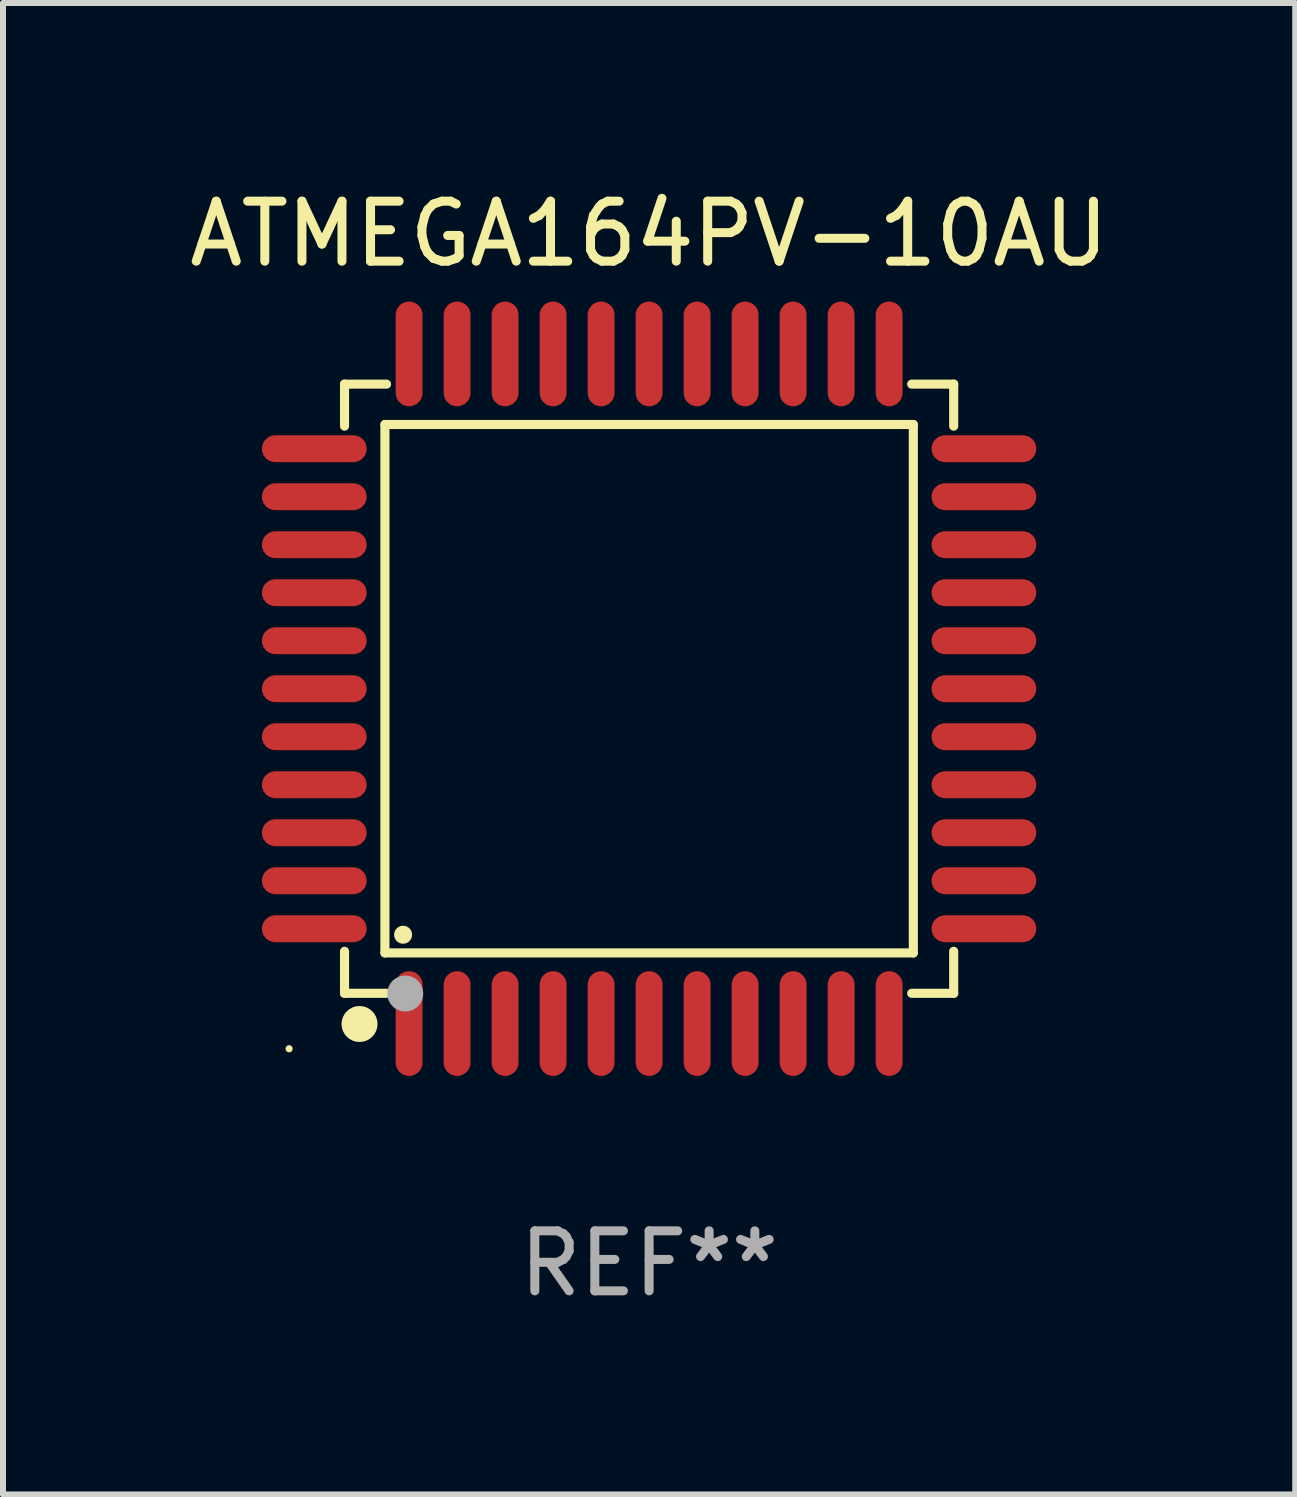
<source format=kicad_pcb>
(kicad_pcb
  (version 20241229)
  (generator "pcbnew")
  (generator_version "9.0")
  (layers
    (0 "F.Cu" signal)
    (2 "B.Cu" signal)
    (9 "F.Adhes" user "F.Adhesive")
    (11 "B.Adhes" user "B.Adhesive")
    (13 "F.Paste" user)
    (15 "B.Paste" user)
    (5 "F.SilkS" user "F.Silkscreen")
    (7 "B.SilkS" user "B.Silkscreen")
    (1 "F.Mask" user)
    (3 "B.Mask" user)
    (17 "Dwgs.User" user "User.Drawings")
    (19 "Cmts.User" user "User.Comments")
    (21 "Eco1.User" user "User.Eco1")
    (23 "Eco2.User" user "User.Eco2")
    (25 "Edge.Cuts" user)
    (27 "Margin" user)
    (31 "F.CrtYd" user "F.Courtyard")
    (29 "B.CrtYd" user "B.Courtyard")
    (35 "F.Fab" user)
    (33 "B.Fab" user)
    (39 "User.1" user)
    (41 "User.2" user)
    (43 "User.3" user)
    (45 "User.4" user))
  (footprint "ATMEGA164PV-10AU"
    (layer "F.Cu")
    (at 7.768 8.428)
    (property "Reference" "ATMEGA164PV-10AU" (at 0 -7.58 0) (layer "F.SilkS") (effects (font (size 1 1) (thickness 0.15))))
    (attr through_hole)
    (fp_line (start -5.076 -5.076) (end -5.076 -4.376) (stroke (width 0.152) (type solid)) (layer "F.SilkS"))
    (fp_line (start -5.076 5.076) (end -5.076 4.376) (stroke (width 0.152) (type solid)) (layer "F.SilkS"))
    (fp_line (start -4.403 -4.403) (end 4.403 -4.403) (stroke (width 0.152) (type solid)) (layer "F.SilkS"))
    (fp_line (start -4.403 4.403) (end -4.403 -4.403) (stroke (width 0.152) (type solid)) (layer "F.SilkS"))
    (fp_line (start -4.376 -5.076) (end -5.076 -5.076) (stroke (width 0.152) (type solid)) (layer "F.SilkS"))
    (fp_line (start -4.376 5.076) (end -5.076 5.076) (stroke (width 0.152) (type solid)) (layer "F.SilkS"))
    (fp_line (start 4.376 -5.076) (end 5.076 -5.076) (stroke (width 0.152) (type solid)) (layer "F.SilkS"))
    (fp_line (start 4.376 5.076) (end 5.076 5.076) (stroke (width 0.152) (type solid)) (layer "F.SilkS"))
    (fp_line (start 4.403 -4.403) (end 4.403 4.403) (stroke (width 0.152) (type solid)) (layer "F.SilkS"))
    (fp_line (start 4.403 4.403) (end -4.403 4.403) (stroke (width 0.152) (type solid)) (layer "F.SilkS"))
    (fp_line (start 5.076 -5.076) (end 5.076 -4.376) (stroke (width 0.152) (type solid)) (layer "F.SilkS"))
    (fp_line (start 5.076 5.076) (end 5.076 4.376) (stroke (width 0.152) (type solid)) (layer "F.SilkS"))
    (fp_circle (center -6 6) (end -5.97 6) (stroke (width 0.06) (type solid)) (fill no) (layer "F.SilkS"))
    (fp_circle (center -4.826 5.588) (end -4.676 5.588) (stroke (width 0.3) (type solid)) (fill no) (layer "F.SilkS"))
    (fp_circle (center -4.1 4.1) (end -4.025 4.1) (stroke (width 0.15) (type solid)) (fill no) (layer "F.SilkS"))
    (fp_circle (center -4.064 5.08) (end -3.914 5.08) (stroke (width 0.3) (type solid)) (fill no) (layer "F.Fab"))
    (fp_text user "REF**" (at 0 9.58 0) (layer "F.Fab") (effects (font (size 1 1) (thickness 0.15))))
    (pad "1" smd oval (at -4 5.58) (size 0.448 1.745) (layers "F.Cu" "F.Mask" "F.Paste"))
    (pad "2" smd oval (at -3.2 5.58) (size 0.448 1.745) (layers "F.Cu" "F.Mask" "F.Paste"))
    (pad "3" smd oval (at -2.4 5.58) (size 0.448 1.745) (layers "F.Cu" "F.Mask" "F.Paste"))
    (pad "4" smd oval (at -1.6 5.58) (size 0.448 1.745) (layers "F.Cu" "F.Mask" "F.Paste"))
    (pad "5" smd oval (at -0.8 5.58) (size 0.448 1.745) (layers "F.Cu" "F.Mask" "F.Paste"))
    (pad "6" smd oval (at 0 5.58) (size 0.448 1.745) (layers "F.Cu" "F.Mask" "F.Paste"))
    (pad "7" smd oval (at 0.8 5.58) (size 0.448 1.745) (layers "F.Cu" "F.Mask" "F.Paste"))
    (pad "8" smd oval (at 1.6 5.58) (size 0.448 1.745) (layers "F.Cu" "F.Mask" "F.Paste"))
    (pad "9" smd oval (at 2.4 5.58) (size 0.448 1.745) (layers "F.Cu" "F.Mask" "F.Paste"))
    (pad "10" smd oval (at 3.2 5.58) (size 0.448 1.745) (layers "F.Cu" "F.Mask" "F.Paste"))
    (pad "11" smd oval (at 4 5.58) (size 0.448 1.745) (layers "F.Cu" "F.Mask" "F.Paste"))
    (pad "12" smd oval (at 5.58 4) (size 1.745 0.448) (layers "F.Cu" "F.Mask" "F.Paste"))
    (pad "13" smd oval (at 5.58 3.2) (size 1.745 0.448) (layers "F.Cu" "F.Mask" "F.Paste"))
    (pad "14" smd oval (at 5.58 2.4) (size 1.745 0.448) (layers "F.Cu" "F.Mask" "F.Paste"))
    (pad "15" smd oval (at 5.58 1.6) (size 1.745 0.448) (layers "F.Cu" "F.Mask" "F.Paste"))
    (pad "16" smd oval (at 5.58 0.8) (size 1.745 0.448) (layers "F.Cu" "F.Mask" "F.Paste"))
    (pad "17" smd oval (at 5.58 0) (size 1.745 0.448) (layers "F.Cu" "F.Mask" "F.Paste"))
    (pad "18" smd oval (at 5.58 -0.8) (size 1.745 0.448) (layers "F.Cu" "F.Mask" "F.Paste"))
    (pad "19" smd oval (at 5.58 -1.6) (size 1.745 0.448) (layers "F.Cu" "F.Mask" "F.Paste"))
    (pad "20" smd oval (at 5.58 -2.4) (size 1.745 0.448) (layers "F.Cu" "F.Mask" "F.Paste"))
    (pad "21" smd oval (at 5.58 -3.2) (size 1.745 0.448) (layers "F.Cu" "F.Mask" "F.Paste"))
    (pad "22" smd oval (at 5.58 -4) (size 1.745 0.448) (layers "F.Cu" "F.Mask" "F.Paste"))
    (pad "23" smd oval (at 4 -5.58) (size 0.448 1.745) (layers "F.Cu" "F.Mask" "F.Paste"))
    (pad "24" smd oval (at 3.2 -5.58) (size 0.448 1.745) (layers "F.Cu" "F.Mask" "F.Paste"))
    (pad "25" smd oval (at 2.4 -5.58) (size 0.448 1.745) (layers "F.Cu" "F.Mask" "F.Paste"))
    (pad "26" smd oval (at 1.6 -5.58) (size 0.448 1.745) (layers "F.Cu" "F.Mask" "F.Paste"))
    (pad "27" smd oval (at 0.8 -5.58) (size 0.448 1.745) (layers "F.Cu" "F.Mask" "F.Paste"))
    (pad "28" smd oval (at 0 -5.58) (size 0.448 1.745) (layers "F.Cu" "F.Mask" "F.Paste"))
    (pad "29" smd oval (at -0.8 -5.58) (size 0.448 1.745) (layers "F.Cu" "F.Mask" "F.Paste"))
    (pad "30" smd oval (at -1.6 -5.58) (size 0.448 1.745) (layers "F.Cu" "F.Mask" "F.Paste"))
    (pad "31" smd oval (at -2.4 -5.58) (size 0.448 1.745) (layers "F.Cu" "F.Mask" "F.Paste"))
    (pad "32" smd oval (at -3.2 -5.58) (size 0.448 1.745) (layers "F.Cu" "F.Mask" "F.Paste"))
    (pad "33" smd oval (at -4 -5.58) (size 0.448 1.745) (layers "F.Cu" "F.Mask" "F.Paste"))
    (pad "34" smd oval (at -5.58 -4) (size 1.745 0.448) (layers "F.Cu" "F.Mask" "F.Paste"))
    (pad "35" smd oval (at -5.58 -3.2) (size 1.745 0.448) (layers "F.Cu" "F.Mask" "F.Paste"))
    (pad "36" smd oval (at -5.58 -2.4) (size 1.745 0.448) (layers "F.Cu" "F.Mask" "F.Paste"))
    (pad "37" smd oval (at -5.58 -1.6) (size 1.745 0.448) (layers "F.Cu" "F.Mask" "F.Paste"))
    (pad "38" smd oval (at -5.58 -0.8) (size 1.745 0.448) (layers "F.Cu" "F.Mask" "F.Paste"))
    (pad "39" smd oval (at -5.58 0) (size 1.745 0.448) (layers "F.Cu" "F.Mask" "F.Paste"))
    (pad "40" smd oval (at -5.58 0.8) (size 1.745 0.448) (layers "F.Cu" "F.Mask" "F.Paste"))
    (pad "41" smd oval (at -5.58 1.6) (size 1.745 0.448) (layers "F.Cu" "F.Mask" "F.Paste"))
    (pad "42" smd oval (at -5.58 2.4) (size 1.745 0.448) (layers "F.Cu" "F.Mask" "F.Paste"))
    (pad "43" smd oval (at -5.58 3.2) (size 1.745 0.448) (layers "F.Cu" "F.Mask" "F.Paste"))
    (pad "44" smd oval (at -5.58 4) (size 1.745 0.448) (layers "F.Cu" "F.Mask" "F.Paste")))
  (gr_rect
    (start -3 -3)
    (end 18.536 21.856)
    (stroke (width 0.1) (type default))
    (fill no)
    (layer "Edge.Cuts")))
</source>
